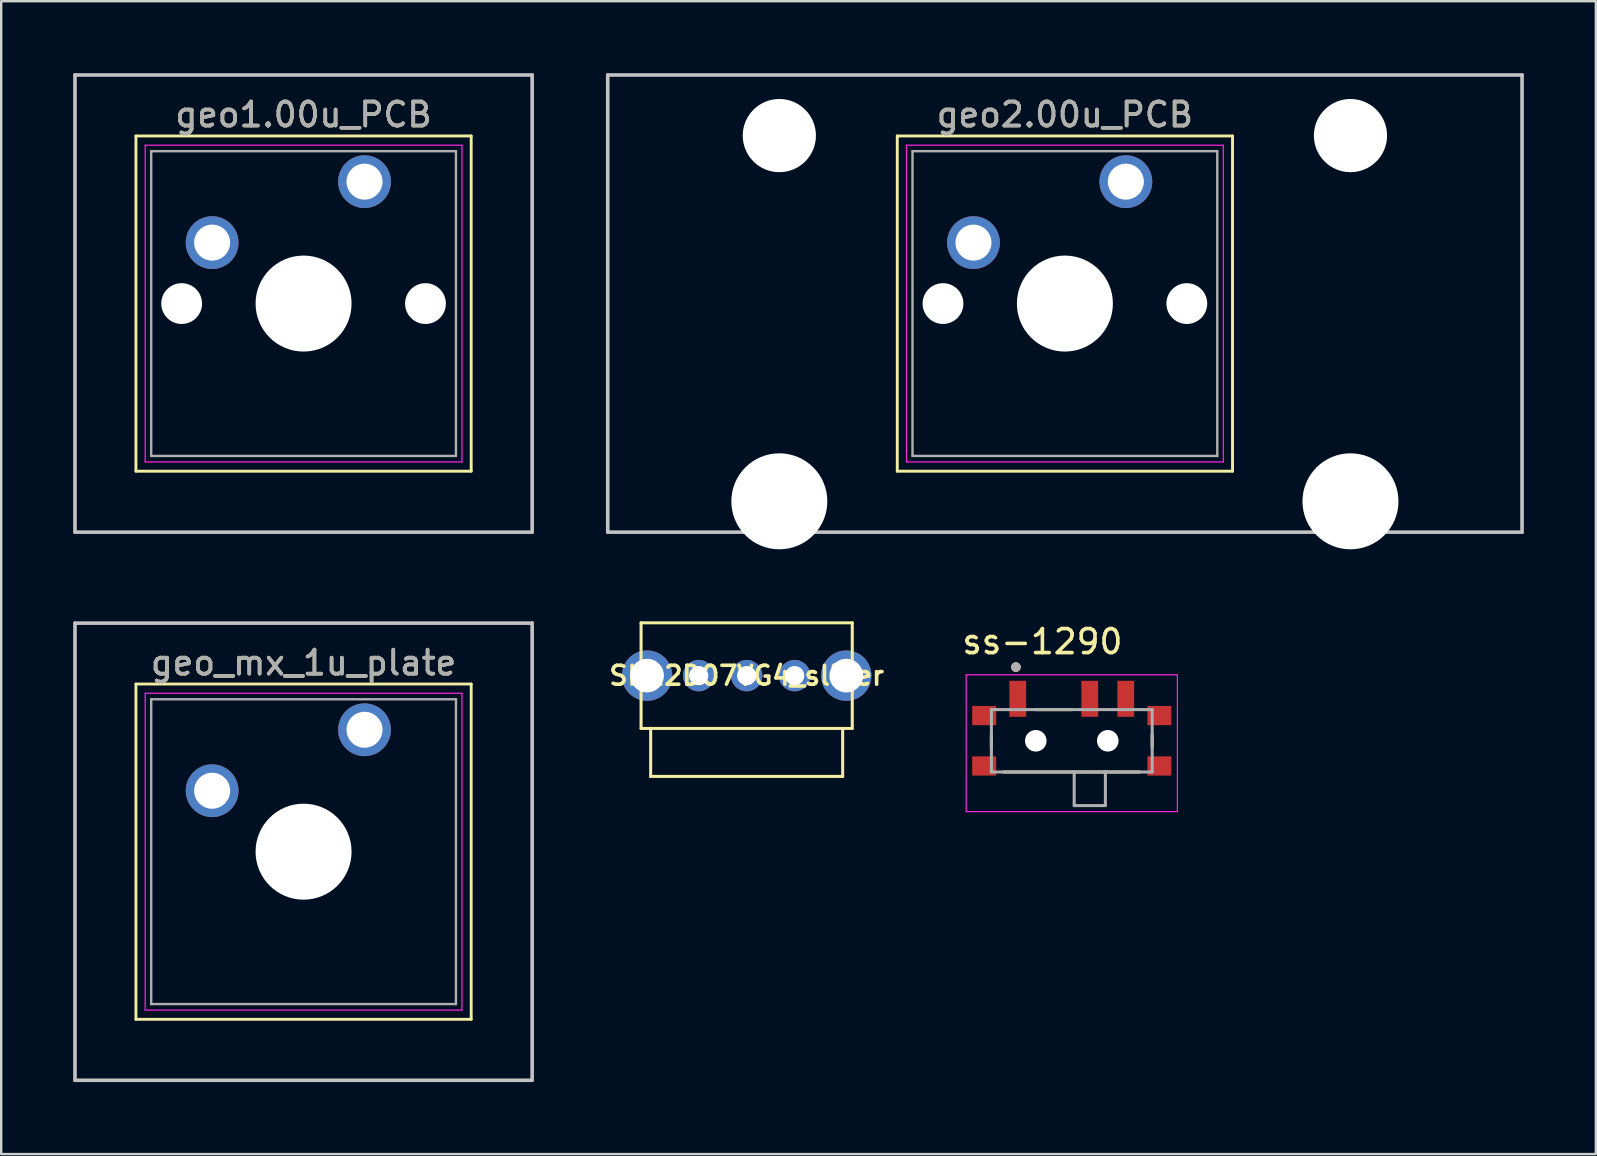
<source format=kicad_pcb>
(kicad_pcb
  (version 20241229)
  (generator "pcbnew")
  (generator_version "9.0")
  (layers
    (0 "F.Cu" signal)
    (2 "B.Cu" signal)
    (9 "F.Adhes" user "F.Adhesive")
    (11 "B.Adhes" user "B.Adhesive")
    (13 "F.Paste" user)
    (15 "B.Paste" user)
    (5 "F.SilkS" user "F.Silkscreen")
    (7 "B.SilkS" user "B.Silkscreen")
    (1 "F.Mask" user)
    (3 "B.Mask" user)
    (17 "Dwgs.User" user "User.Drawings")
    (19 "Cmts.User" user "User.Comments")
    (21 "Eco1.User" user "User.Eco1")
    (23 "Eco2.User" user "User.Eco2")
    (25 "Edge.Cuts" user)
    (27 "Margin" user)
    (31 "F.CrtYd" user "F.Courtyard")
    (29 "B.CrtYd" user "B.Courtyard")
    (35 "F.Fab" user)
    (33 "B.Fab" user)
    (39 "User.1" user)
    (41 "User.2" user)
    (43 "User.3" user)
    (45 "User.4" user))
  (footprint "geo_mx_1u_plate"
    (layer "F.Cu")
    (at 12.14 27.36)
    (property "Reference" "geo_mx_1u_plate" (at -2.54 -2.794 0) (layer "F.SilkS") (effects (font (size 1 1) (thickness 0.15))))
    (attr through_hole)
    (fp_line (start -9.525 -1.905) (end 4.445 -1.905) (stroke (width 0.12) (type solid)) (layer "F.SilkS"))
    (fp_line (start -9.525 12.065) (end -9.525 -1.905) (stroke (width 0.12) (type solid)) (layer "F.SilkS"))
    (fp_line (start 4.445 -1.905) (end 4.445 12.065) (stroke (width 0.12) (type solid)) (layer "F.SilkS"))
    (fp_line (start 4.445 12.065) (end -9.525 12.065) (stroke (width 0.12) (type solid)) (layer "F.SilkS"))
    (fp_line (start -12.065 -4.445) (end 6.985 -4.445) (stroke (width 0.15) (type solid)) (layer "Dwgs.User"))
    (fp_line (start -12.065 14.605) (end -12.065 -4.445) (stroke (width 0.15) (type solid)) (layer "Dwgs.User"))
    (fp_line (start 6.985 -4.445) (end 6.985 14.605) (stroke (width 0.15) (type solid)) (layer "Dwgs.User"))
    (fp_line (start 6.985 14.605) (end -12.065 14.605) (stroke (width 0.15) (type solid)) (layer "Dwgs.User"))
    (fp_line (start -9.14 -1.52) (end 4.06 -1.52) (stroke (width 0.05) (type solid)) (layer "F.CrtYd"))
    (fp_line (start -9.14 11.68) (end -9.14 -1.52) (stroke (width 0.05) (type solid)) (layer "F.CrtYd"))
    (fp_line (start 4.06 -1.52) (end 4.06 11.68) (stroke (width 0.05) (type solid)) (layer "F.CrtYd"))
    (fp_line (start 4.06 11.68) (end -9.14 11.68) (stroke (width 0.05) (type solid)) (layer "F.CrtYd"))
    (fp_line (start -8.89 -1.27) (end 3.81 -1.27) (stroke (width 0.1) (type solid)) (layer "F.Fab"))
    (fp_line (start -8.89 11.43) (end -8.89 -1.27) (stroke (width 0.1) (type solid)) (layer "F.Fab"))
    (fp_line (start 3.81 -1.27) (end 3.81 11.43) (stroke (width 0.1) (type solid)) (layer "F.Fab"))
    (fp_line (start 3.81 11.43) (end -8.89 11.43) (stroke (width 0.1) (type solid)) (layer "F.Fab"))
    (fp_text user "${REFERENCE}" (at -2.54 -2.794 0) (layer "F.Fab") (effects (font (size 1 1) (thickness 0.15))))
    (pad "" np_thru_hole circle (at -2.54 5.08) (size 4 4) (drill 4) (layers "*.Cu" "*.Mask"))
    (pad "1" thru_hole circle (at 0 0) (size 2.2 2.2) (drill 1.5) (layers "*.Cu" "*.Mask"))
    (pad "2" thru_hole circle (at -6.35 2.54) (size 2.2 2.2) (drill 1.5) (layers "*.Cu" "*.Mask")))
  (footprint "geo2.00u_PCB"
    (layer "F.Cu")
    (at 43.865 4.52)
    (property "Reference" "geo2.00u_PCB" (at -2.54 -2.794 0) (layer "F.SilkS") (effects (font (size 1 1) (thickness 0.15))))
    (attr through_hole)
    (fp_line (start -9.525 -1.905) (end 4.445 -1.905) (stroke (width 0.12) (type solid)) (layer "F.SilkS"))
    (fp_line (start -9.525 12.065) (end -9.525 -1.905) (stroke (width 0.12) (type solid)) (layer "F.SilkS"))
    (fp_line (start 4.445 -1.905) (end 4.445 12.065) (stroke (width 0.12) (type solid)) (layer "F.SilkS"))
    (fp_line (start 4.445 12.065) (end -9.525 12.065) (stroke (width 0.12) (type solid)) (layer "F.SilkS"))
    (fp_line (start -21.59 -4.445) (end 16.51 -4.445) (stroke (width 0.15) (type solid)) (layer "Dwgs.User"))
    (fp_line (start -21.59 14.605) (end -21.59 -4.445) (stroke (width 0.15) (type solid)) (layer "Dwgs.User"))
    (fp_line (start 16.51 -4.445) (end 16.51 14.605) (stroke (width 0.15) (type solid)) (layer "Dwgs.User"))
    (fp_line (start 16.51 14.605) (end -21.59 14.605) (stroke (width 0.15) (type solid)) (layer "Dwgs.User"))
    (fp_line (start -9.14 -1.52) (end 4.06 -1.52) (stroke (width 0.05) (type solid)) (layer "F.CrtYd"))
    (fp_line (start -9.14 11.68) (end -9.14 -1.52) (stroke (width 0.05) (type solid)) (layer "F.CrtYd"))
    (fp_line (start 4.06 -1.52) (end 4.06 11.68) (stroke (width 0.05) (type solid)) (layer "F.CrtYd"))
    (fp_line (start 4.06 11.68) (end -9.14 11.68) (stroke (width 0.05) (type solid)) (layer "F.CrtYd"))
    (fp_line (start -8.89 -1.27) (end 3.81 -1.27) (stroke (width 0.1) (type solid)) (layer "F.Fab"))
    (fp_line (start -8.89 11.43) (end -8.89 -1.27) (stroke (width 0.1) (type solid)) (layer "F.Fab"))
    (fp_line (start 3.81 -1.27) (end 3.81 11.43) (stroke (width 0.1) (type solid)) (layer "F.Fab"))
    (fp_line (start 3.81 11.43) (end -8.89 11.43) (stroke (width 0.1) (type solid)) (layer "F.Fab"))
    (fp_text user "${REFERENCE}" (at -2.54 -2.794 0) (layer "F.Fab") (effects (font (size 1 1) (thickness 0.15))))
    (pad "" np_thru_hole circle (at -14.44 -1.92) (size 3.05 3.05) (drill 3.05) (layers "*.Cu" "*.Mask"))
    (pad "" np_thru_hole circle (at -14.44 13.32) (size 4 4) (drill 4) (layers "*.Cu" "*.Mask"))
    (pad "" np_thru_hole circle (at -7.62 5.08) (size 1.7 1.7) (drill 1.7) (layers "*.Cu" "*.Mask"))
    (pad "" np_thru_hole circle (at -2.54 5.08) (size 4 4) (drill 4) (layers "*.Cu" "*.Mask"))
    (pad "" np_thru_hole circle (at 2.54 5.08) (size 1.7 1.7) (drill 1.7) (layers "*.Cu" "*.Mask"))
    (pad "" np_thru_hole circle (at 9.36 -1.92) (size 3.05 3.05) (drill 3.05) (layers "*.Cu" "*.Mask"))
    (pad "" np_thru_hole circle (at 9.36 13.32) (size 4 4) (drill 4) (layers "*.Cu" "*.Mask"))
    (pad "1" thru_hole circle (at 0 0) (size 2.2 2.2) (drill 1.5) (layers "*.Cu" "*.Mask"))
    (pad "2" thru_hole circle (at -6.35 2.54) (size 2.2 2.2) (drill 1.5) (layers "*.Cu" "*.Mask")))
  (footprint "geo1.00u_PCB"
    (layer "F.Cu")
    (at 12.14 4.52)
    (property "Reference" "geo1.00u_PCB" (at -2.54 -2.794 0) (layer "F.SilkS") (effects (font (size 1 1) (thickness 0.15))))
    (attr through_hole)
    (fp_line (start -9.525 -1.905) (end 4.445 -1.905) (stroke (width 0.12) (type solid)) (layer "F.SilkS"))
    (fp_line (start -9.525 12.065) (end -9.525 -1.905) (stroke (width 0.12) (type solid)) (layer "F.SilkS"))
    (fp_line (start 4.445 -1.905) (end 4.445 12.065) (stroke (width 0.12) (type solid)) (layer "F.SilkS"))
    (fp_line (start 4.445 12.065) (end -9.525 12.065) (stroke (width 0.12) (type solid)) (layer "F.SilkS"))
    (fp_line (start -12.065 -4.445) (end 6.985 -4.445) (stroke (width 0.15) (type solid)) (layer "Dwgs.User"))
    (fp_line (start -12.065 14.605) (end -12.065 -4.445) (stroke (width 0.15) (type solid)) (layer "Dwgs.User"))
    (fp_line (start 6.985 -4.445) (end 6.985 14.605) (stroke (width 0.15) (type solid)) (layer "Dwgs.User"))
    (fp_line (start 6.985 14.605) (end -12.065 14.605) (stroke (width 0.15) (type solid)) (layer "Dwgs.User"))
    (fp_line (start -9.14 -1.52) (end 4.06 -1.52) (stroke (width 0.05) (type solid)) (layer "F.CrtYd"))
    (fp_line (start -9.14 11.68) (end -9.14 -1.52) (stroke (width 0.05) (type solid)) (layer "F.CrtYd"))
    (fp_line (start 4.06 -1.52) (end 4.06 11.68) (stroke (width 0.05) (type solid)) (layer "F.CrtYd"))
    (fp_line (start 4.06 11.68) (end -9.14 11.68) (stroke (width 0.05) (type solid)) (layer "F.CrtYd"))
    (fp_line (start -8.89 -1.27) (end 3.81 -1.27) (stroke (width 0.1) (type solid)) (layer "F.Fab"))
    (fp_line (start -8.89 11.43) (end -8.89 -1.27) (stroke (width 0.1) (type solid)) (layer "F.Fab"))
    (fp_line (start 3.81 -1.27) (end 3.81 11.43) (stroke (width 0.1) (type solid)) (layer "F.Fab"))
    (fp_line (start 3.81 11.43) (end -8.89 11.43) (stroke (width 0.1) (type solid)) (layer "F.Fab"))
    (fp_text user "${REFERENCE}" (at -2.54 -2.794 0) (layer "F.Fab") (effects (font (size 1 1) (thickness 0.15))))
    (pad "" np_thru_hole circle (at -7.62 5.08) (size 1.7 1.7) (drill 1.7) (layers "*.Cu" "*.Mask"))
    (pad "" np_thru_hole circle (at -2.54 5.08) (size 4 4) (drill 4) (layers "*.Cu" "*.Mask"))
    (pad "" np_thru_hole circle (at 2.54 5.08) (size 1.7 1.7) (drill 1.7) (layers "*.Cu" "*.Mask"))
    (pad "1" thru_hole circle (at 0 0) (size 2.2 2.2) (drill 1.5) (layers "*.Cu" "*.Mask"))
    (pad "2" thru_hole circle (at -6.35 2.54) (size 2.2 2.2) (drill 1.5) (layers "*.Cu" "*.Mask")))
  (footprint "ss-1290"
    (layer "F.Cu")
    (at 41.612 27.819)
    (property "Reference" "ss-1290" (at -1.225 -4.131 0) (layer "F.SilkS") (effects (font (size 1 1) (thickness 0.15))))
    (attr smd)
    (fp_line (start -3.35 -0.254) (end -3.35 0.254) (stroke (width 0.127) (type solid)) (layer "F.SilkS"))
    (fp_line (start -2.83 1.3) (end 2.83 1.3) (stroke (width 0.127) (type solid)) (layer "F.SilkS"))
    (fp_line (start -1.5 -1.3) (end 0 -1.3) (stroke (width 0.127) (type solid)) (layer "F.SilkS"))
    (fp_line (start 3.35 -0.254) (end 3.35 0.254) (stroke (width 0.127) (type solid)) (layer "F.SilkS"))
    (fp_circle (center -2.329 -3.071) (end -2.229 -3.071) (stroke (width 0.2) (type solid)) (fill no) (layer "F.SilkS"))
    (fp_line (start -4.4 -2.75) (end -4.4 2.95) (stroke (width 0.05) (type solid)) (layer "F.CrtYd"))
    (fp_line (start -4.4 2.95) (end 4.4 2.95) (stroke (width 0.05) (type solid)) (layer "F.CrtYd"))
    (fp_line (start 4.4 -2.75) (end -4.4 -2.75) (stroke (width 0.05) (type solid)) (layer "F.CrtYd"))
    (fp_line (start 4.4 2.95) (end 4.4 -2.75) (stroke (width 0.05) (type solid)) (layer "F.CrtYd"))
    (fp_line (start -3.35 -1.3) (end 3.35 -1.3) (stroke (width 0.127) (type solid)) (layer "F.Fab"))
    (fp_line (start -3.35 1.3) (end -3.35 -1.3) (stroke (width 0.127) (type solid)) (layer "F.Fab"))
    (fp_line (start 0.1 1.3) (end -3.35 1.3) (stroke (width 0.127) (type solid)) (layer "F.Fab"))
    (fp_line (start 0.1 1.3) (end 0.1 2.7) (stroke (width 0.127) (type solid)) (layer "F.Fab"))
    (fp_line (start 0.1 1.3) (end 1.4 1.3) (stroke (width 0.127) (type solid)) (layer "F.Fab"))
    (fp_line (start 0.1 2.7) (end 1.4 2.7) (stroke (width 0.127) (type solid)) (layer "F.Fab"))
    (fp_line (start 1.4 2.7) (end 1.4 1.3) (stroke (width 0.127) (type solid)) (layer "F.Fab"))
    (fp_line (start 3.35 -1.3) (end 3.35 1.3) (stroke (width 0.127) (type solid)) (layer "F.Fab"))
    (fp_line (start 3.35 1.3) (end 1.4 1.3) (stroke (width 0.127) (type solid)) (layer "F.Fab"))
    (fp_circle (center -2.329 -3.071) (end -2.229 -3.071) (stroke (width 0.2) (type solid)) (fill no) (layer "F.Fab"))
    (pad "" np_thru_hole circle (at -1.5 0) (size 0.9 0.9) (drill 0.9) (layers "*.Cu" "*.Mask"))
    (pad "" np_thru_hole circle (at 1.5 0) (size 0.9 0.9) (drill 0.9) (layers "*.Cu" "*.Mask"))
    (pad "1" smd rect (at -2.25 -1.75) (size 0.7 1.5) (layers "F.Cu" "F.Mask" "F.Paste"))
    (pad "2" smd rect (at 0.75 -1.75) (size 0.7 1.5) (layers "F.Cu" "F.Mask" "F.Paste"))
    (pad "3" smd rect (at 2.25 -1.75) (size 0.7 1.5) (layers "F.Cu" "F.Mask" "F.Paste"))
    (pad "S1" smd rect (at -3.65 -1.05) (size 1 0.8) (layers "F.Cu" "F.Mask" "F.Paste"))
    (pad "S2" smd rect (at -3.65 1.05) (size 1 0.8) (layers "F.Cu" "F.Mask" "F.Paste"))
    (pad "S3" smd rect (at 3.65 1.05) (size 1 0.8) (layers "F.Cu" "F.Mask" "F.Paste"))
    (pad "S4" smd rect (at 3.65 -1.05) (size 1 0.8) (layers "F.Cu" "F.Mask" "F.Paste")))
  (footprint "SK12D07VG4_slider"
    (layer "F.Cu")
    (at 28.064 25.104)
    (property "Reference" "SK12D07VG4_slider" (at 0 0 0) (layer "F.SilkS") (effects (font (size 0.787 0.787) (thickness 0.15))))
    (attr through_hole)
    (fp_line (start -4.4 -2.2) (end 4.4 -2.2) (stroke (width 0.127) (type solid)) (layer "F.SilkS"))
    (fp_line (start -4.4 2.2) (end -4.4 -2.2) (stroke (width 0.127) (type solid)) (layer "F.SilkS"))
    (fp_line (start -4 2.2) (end -4.4 2.2) (stroke (width 0.127) (type solid)) (layer "F.SilkS"))
    (fp_line (start -4 2.2) (end -4 4.2) (stroke (width 0.127) (type solid)) (layer "F.SilkS"))
    (fp_line (start -4 4.2) (end 4 4.2) (stroke (width 0.127) (type solid)) (layer "F.SilkS"))
    (fp_line (start 4 2.2) (end -4 2.2) (stroke (width 0.127) (type solid)) (layer "F.SilkS"))
    (fp_line (start 4 4.2) (end 4 2.2) (stroke (width 0.127) (type solid)) (layer "F.SilkS"))
    (fp_line (start 4.4 -2.2) (end 4.4 2.2) (stroke (width 0.127) (type solid)) (layer "F.SilkS"))
    (fp_line (start 4.4 2.2) (end 4 2.2) (stroke (width 0.127) (type solid)) (layer "F.SilkS"))
    (pad "1" thru_hole circle (at -2 0) (size 1.308 1.308) (drill 0.8) (layers "*.Cu" "*.Mask"))
    (pad "2" thru_hole circle (at 0 0) (size 1.308 1.308) (drill 0.8) (layers "*.Cu" "*.Mask"))
    (pad "COM" thru_hole circle (at 2 0) (size 1.308 1.308) (drill 0.8) (layers "*.Cu" "*.Mask"))
    (pad "M1" thru_hole circle (at -4.15 0) (size 2.1 2.1) (drill 1.4) (layers "*.Cu" "*.Mask"))
    (pad "M2" thru_hole circle (at 4.15 0) (size 2.1 2.1) (drill 1.4) (layers "*.Cu" "*.Mask")))
  (gr_rect
    (start -3 -3)
    (end 63.45 45.04)
    (stroke (width 0.1) (type default))
    (fill no)
    (layer "Edge.Cuts")))
</source>
